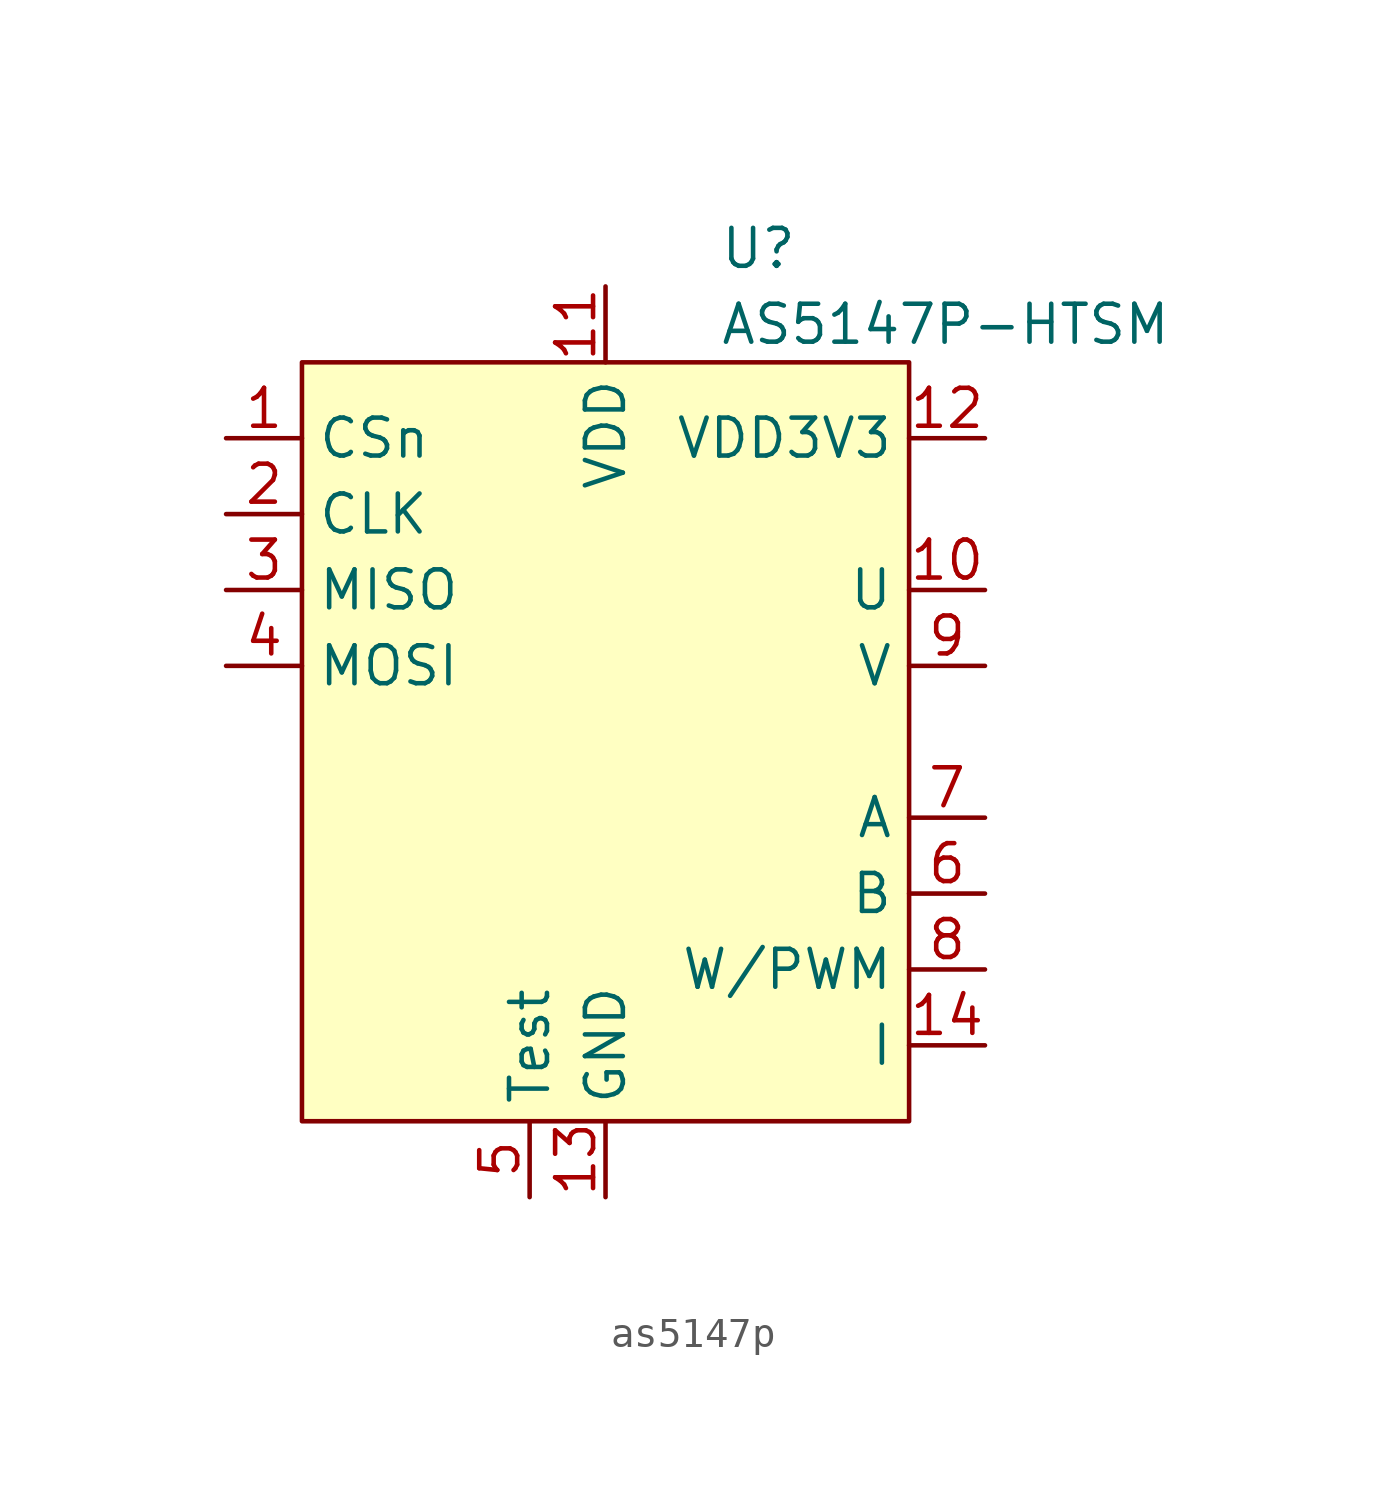
<source format=kicad_sym>
(kicad_symbol_lib
  (version 20241209)
  (generator "kicad_symbol_editor")
  (generator_version "9.0")
  (symbol "as5147p"
    (property "Reference" "U"
      (at 3.81 16.51 0)
      (effects (font (size 1.27 1.27)) (justify left)))
    (property "Value" "AS5147P-HTSM"
      (at 3.81 13.97 0)
      (effects (font (size 1.27 1.27)) (justify left)))
    (symbol "as5147p_0_0"
      (pin input line (at -12.7 10.16 0) (length 2.54) (name "CSn" (effects (font (size 1.27 1.27)))) (number "1" (effects (font (size 1.27 1.27)))))
      (pin input line (at -12.7 7.62 0) (length 2.54) (name "CLK" (effects (font (size 1.27 1.27)))) (number "2" (effects (font (size 1.27 1.27)))))
      (pin output line (at -12.7 5.08 0) (length 2.54) (name "MISO" (effects (font (size 1.27 1.27)))) (number "3" (effects (font (size 1.27 1.27)))))
      (pin input line (at -12.7 2.54 0) (length 2.54) (name "MOSI" (effects (font (size 1.27 1.27)))) (number "4" (effects (font (size 1.27 1.27)))))
      (pin passive line (at -2.54 -15.24 90) (length 2.54) (name "Test" (effects (font (size 1.27 1.27)))) (number "5" (effects (font (size 1.27 1.27)))))
      (pin power_in line (at 0 15.24 270) (length 2.54) (name "VDD" (effects (font (size 1.27 1.27)))) (number "11" (effects (font (size 1.27 1.27)))))
      (pin power_in line (at 0 -15.24 90) (length 2.54) (name "GND" (effects (font (size 1.27 1.27)))) (number "13" (effects (font (size 1.27 1.27)))))
      (pin output line (at 12.7 5.08 180) (length 2.54) (name "U" (effects (font (size 1.27 1.27)))) (number "10" (effects (font (size 1.27 1.27)))))
      (pin output line (at 12.7 2.54 180) (length 2.54) (name "V" (effects (font (size 1.27 1.27)))) (number "9" (effects (font (size 1.27 1.27)))))
      (pin output line (at 12.7 -2.54 180) (length 2.54) (name "A" (effects (font (size 1.27 1.27)))) (number "7" (effects (font (size 1.27 1.27)))))
      (pin output line (at 12.7 -5.08 180) (length 2.54) (name "B" (effects (font (size 1.27 1.27)))) (number "6" (effects (font (size 1.27 1.27)))))
      (pin output line (at 12.7 -7.62 180) (length 2.54) (name "W/PWM" (effects (font (size 1.27 1.27)))) (number "8" (effects (font (size 1.27 1.27)))))
      (pin output line (at 12.7 -10.16 180) (length 2.54) (name "I" (effects (font (size 1.27 1.27)))) (number "14" (effects (font (size 1.27 1.27))))))
    (symbol "as5147p_1_0"
      (pin passive line (at 12.7 10.16 180) (length 2.54) (name "VDD3V3" (effects (font (size 1.27 1.27)))) (number "12" (effects (font (size 1.27 1.27))))))
    (symbol "as5147p_1_1"
      (rectangle (start -10.16 12.7) (end 10.16 -12.7) (stroke (width 0) (type solid)) (fill (type background))))))
</source>
